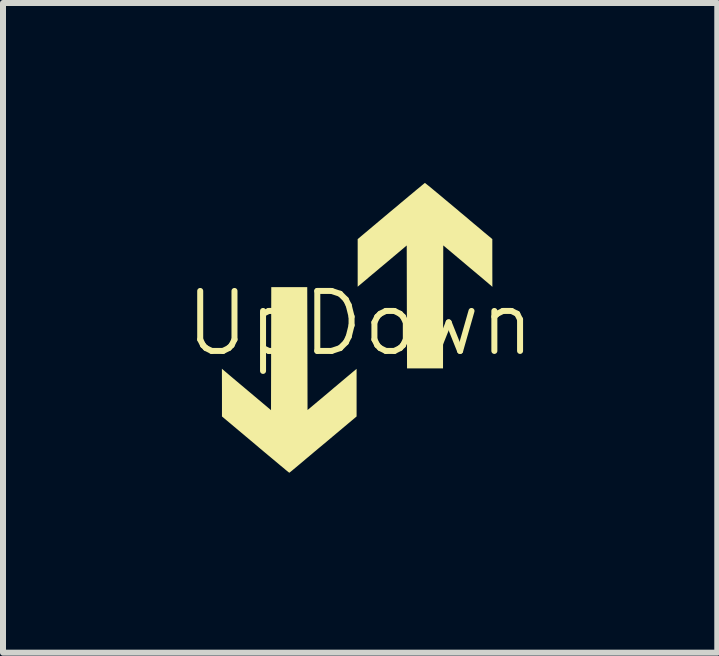
<source format=kicad_pcb>
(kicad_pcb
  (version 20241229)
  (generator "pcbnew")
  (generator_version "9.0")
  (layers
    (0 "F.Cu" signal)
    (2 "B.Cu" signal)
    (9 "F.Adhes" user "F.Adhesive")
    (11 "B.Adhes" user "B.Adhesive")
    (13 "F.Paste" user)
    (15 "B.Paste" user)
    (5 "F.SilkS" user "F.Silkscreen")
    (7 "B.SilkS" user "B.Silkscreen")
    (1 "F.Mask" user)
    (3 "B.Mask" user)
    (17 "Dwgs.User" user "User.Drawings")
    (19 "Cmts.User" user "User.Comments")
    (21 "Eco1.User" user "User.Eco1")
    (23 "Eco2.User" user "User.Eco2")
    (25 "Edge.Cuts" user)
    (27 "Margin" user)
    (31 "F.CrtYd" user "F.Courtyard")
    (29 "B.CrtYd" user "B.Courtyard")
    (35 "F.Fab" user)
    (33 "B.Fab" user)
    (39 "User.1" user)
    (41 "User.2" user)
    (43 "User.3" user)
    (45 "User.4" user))
  (footprint "UpDown"
    (layer "F.Cu")
    (at 2.955 2.844)
    (property "Reference" "UpDown" (at 0 -0.5 0) (unlocked yes) (layer "F.SilkS") (effects (font (size 1 1) (thickness 0.1))))
    (attr smd)
    (fp_poly (pts (xy -0.879 -0.081) (xy -0.877 0.943) (xy -0.512 0.637) (xy -0.443 0.578) (xy -0.376 0.522) (xy -0.313 0.469) (xy -0.256 0.421) (xy -0.206 0.379) (xy -0.164 0.344) (xy -0.131 0.316) (xy -0.11 0.298) (xy -0.103 0.293) (xy -0.059 0.256) (xy -0.059 0.653) (xy -0.059 1.05) (xy -0.463 1.389) (xy -0.54 1.454) (xy -0.618 1.519) (xy -0.695 1.583) (xy -0.769 1.645) (xy -0.838 1.703) (xy -0.9 1.755) (xy -0.954 1.801) (xy -0.998 1.838) (xy -1.022 1.858) (xy -1.066 1.895) (xy -1.105 1.927) (xy -1.138 1.955) (xy -1.163 1.975) (xy -1.178 1.986) (xy -1.182 1.989) (xy -1.189 1.983) (xy -1.208 1.968) (xy -1.239 1.943) (xy -1.279 1.909) (xy -1.329 1.868) (xy -1.387 1.819) (xy -1.453 1.764) (xy -1.525 1.704) (xy -1.603 1.639) (xy -1.684 1.571) (xy -1.745 1.519) (xy -2.304 1.05) (xy -2.304 0.652) (xy -2.305 0.254) (xy -2.285 0.272) (xy -2.275 0.28) (xy -2.253 0.299) (xy -2.221 0.326) (xy -2.179 0.362) (xy -2.129 0.404) (xy -2.071 0.453) (xy -2.008 0.506) (xy -1.94 0.563) (xy -1.876 0.617) (xy -1.486 0.945) (xy -1.484 -0.081) (xy -1.482 -1.106) (xy -1.182 -1.106) (xy -0.882 -1.106)) (stroke (width 0) (type solid)) (fill yes) (layer "F.SilkS"))
    (fp_poly (pts (xy 1.087 -2.839) (xy 1.106 -2.824) (xy 1.137 -2.799) (xy 1.178 -2.766) (xy 1.227 -2.725) (xy 1.285 -2.677) (xy 1.35 -2.623) (xy 1.42 -2.564) (xy 1.496 -2.501) (xy 1.576 -2.434) (xy 1.592 -2.421) (xy 1.673 -2.352) (xy 1.753 -2.286) (xy 1.828 -2.222) (xy 1.898 -2.163) (xy 1.962 -2.11) (xy 2.019 -2.062) (xy 2.067 -2.021) (xy 2.106 -1.989) (xy 2.134 -1.966) (xy 2.15 -1.952) (xy 2.151 -1.952) (xy 2.204 -1.907) (xy 2.204 -1.509) (xy 2.205 -1.111) (xy 2.185 -1.129) (xy 2.175 -1.138) (xy 2.153 -1.156) (xy 2.121 -1.184) (xy 2.079 -1.219) (xy 2.029 -1.262) (xy 1.971 -1.31) (xy 1.908 -1.363) (xy 1.84 -1.42) (xy 1.776 -1.474) (xy 1.386 -1.802) (xy 1.384 -0.777) (xy 1.382 0.249) (xy 1.082 0.249) (xy 0.782 0.249) (xy 0.779 -0.776) (xy 0.777 -1.801) (xy 0.409 -1.491) (xy 0.339 -1.433) (xy 0.272 -1.376) (xy 0.209 -1.324) (xy 0.152 -1.276) (xy 0.102 -1.233) (xy 0.06 -1.198) (xy 0.028 -1.171) (xy 0.006 -1.153) (xy -0.001 -1.147) (xy -0.041 -1.113) (xy -0.041 -1.51) (xy -0.041 -1.907) (xy 0.516 -2.375) (xy 0.601 -2.445) (xy 0.681 -2.513) (xy 0.757 -2.576) (xy 0.827 -2.635) (xy 0.891 -2.688) (xy 0.947 -2.735) (xy 0.995 -2.774) (xy 1.033 -2.806) (xy 1.06 -2.828) (xy 1.076 -2.841) (xy 1.08 -2.844)) (stroke (width 0) (type solid)) (fill yes) (layer "F.SilkS")))
  (gr_rect
    (start -3 -3)
    (end 8.91 7.833)
    (stroke (width 0.1) (type default))
    (fill no)
    (layer "Edge.Cuts")))
</source>
